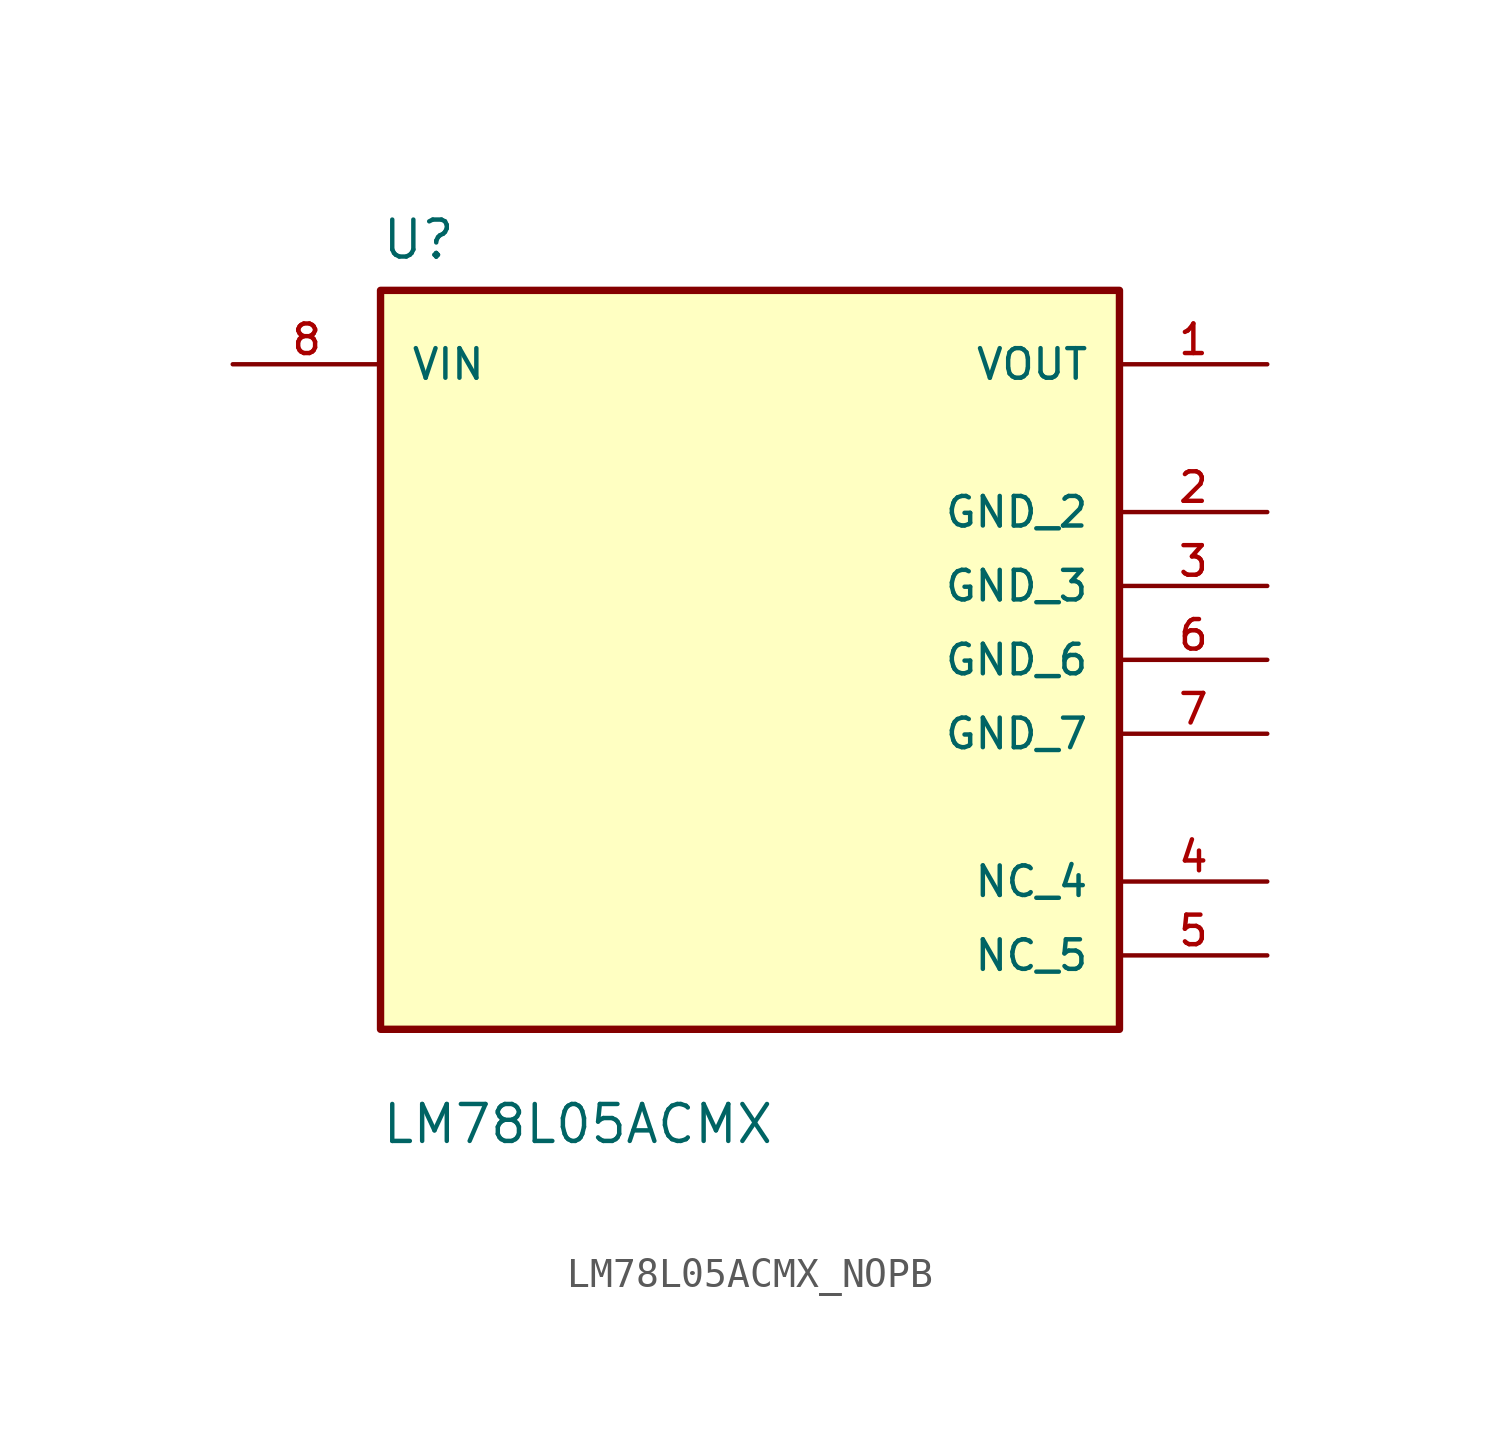
<source format=kicad_sym>
(kicad_symbol_lib
  (version 20241209)
  (generator "kicad_symbol_editor")
  (generator_version "9.0")
  (symbol "LM78L05ACMX_NOPB"
    (pin_names
      (offset 1.016))
    (property "Reference" "U"
      (at -12.7 13.7 0)
      (effects (font (size 1.27 1.27)) (justify left bottom)))
    (property "Value" "LM78L05ACMX"
      (at -12.7 -16.7 0)
      (effects (font (size 1.27 1.27)) (justify left bottom)))
    (symbol "LM78L05ACMX_NOPB_0_0"
      (rectangle (start -12.7 -12.7) (end 12.7 12.7) (stroke (width 0.254) (type default)) (fill (type background)))
      (pin input line (at -17.78 10.16 0) (length 5.08) (name "VIN" (effects (font (size 1.016 1.016)))) (number "8" (effects (font (size 1.016 1.016)))))
      (pin output line (at 17.78 10.16 180) (length 5.08) (name "VOUT" (effects (font (size 1.016 1.016)))) (number "1" (effects (font (size 1.016 1.016)))))
      (pin power_in line (at 17.78 5.08 180) (length 5.08) (name "GND_2" (effects (font (size 1.016 1.016)))) (number "2" (effects (font (size 1.016 1.016)))))
      (pin power_in line (at 17.78 2.54 180) (length 5.08) (name "GND_3" (effects (font (size 1.016 1.016)))) (number "3" (effects (font (size 1.016 1.016)))))
      (pin power_in line (at 17.78 0 180) (length 5.08) (name "GND_6" (effects (font (size 1.016 1.016)))) (number "6" (effects (font (size 1.016 1.016)))))
      (pin power_in line (at 17.78 -2.54 180) (length 5.08) (name "GND_7" (effects (font (size 1.016 1.016)))) (number "7" (effects (font (size 1.016 1.016)))))
      (pin power_in line (at 17.78 -7.62 180) (length 5.08) (name "NC_4" (effects (font (size 1.016 1.016)))) (number "4" (effects (font (size 1.016 1.016)))))
      (pin power_in line (at 17.78 -10.16 180) (length 5.08) (name "NC_5" (effects (font (size 1.016 1.016)))) (number "5" (effects (font (size 1.016 1.016))))))))
</source>
